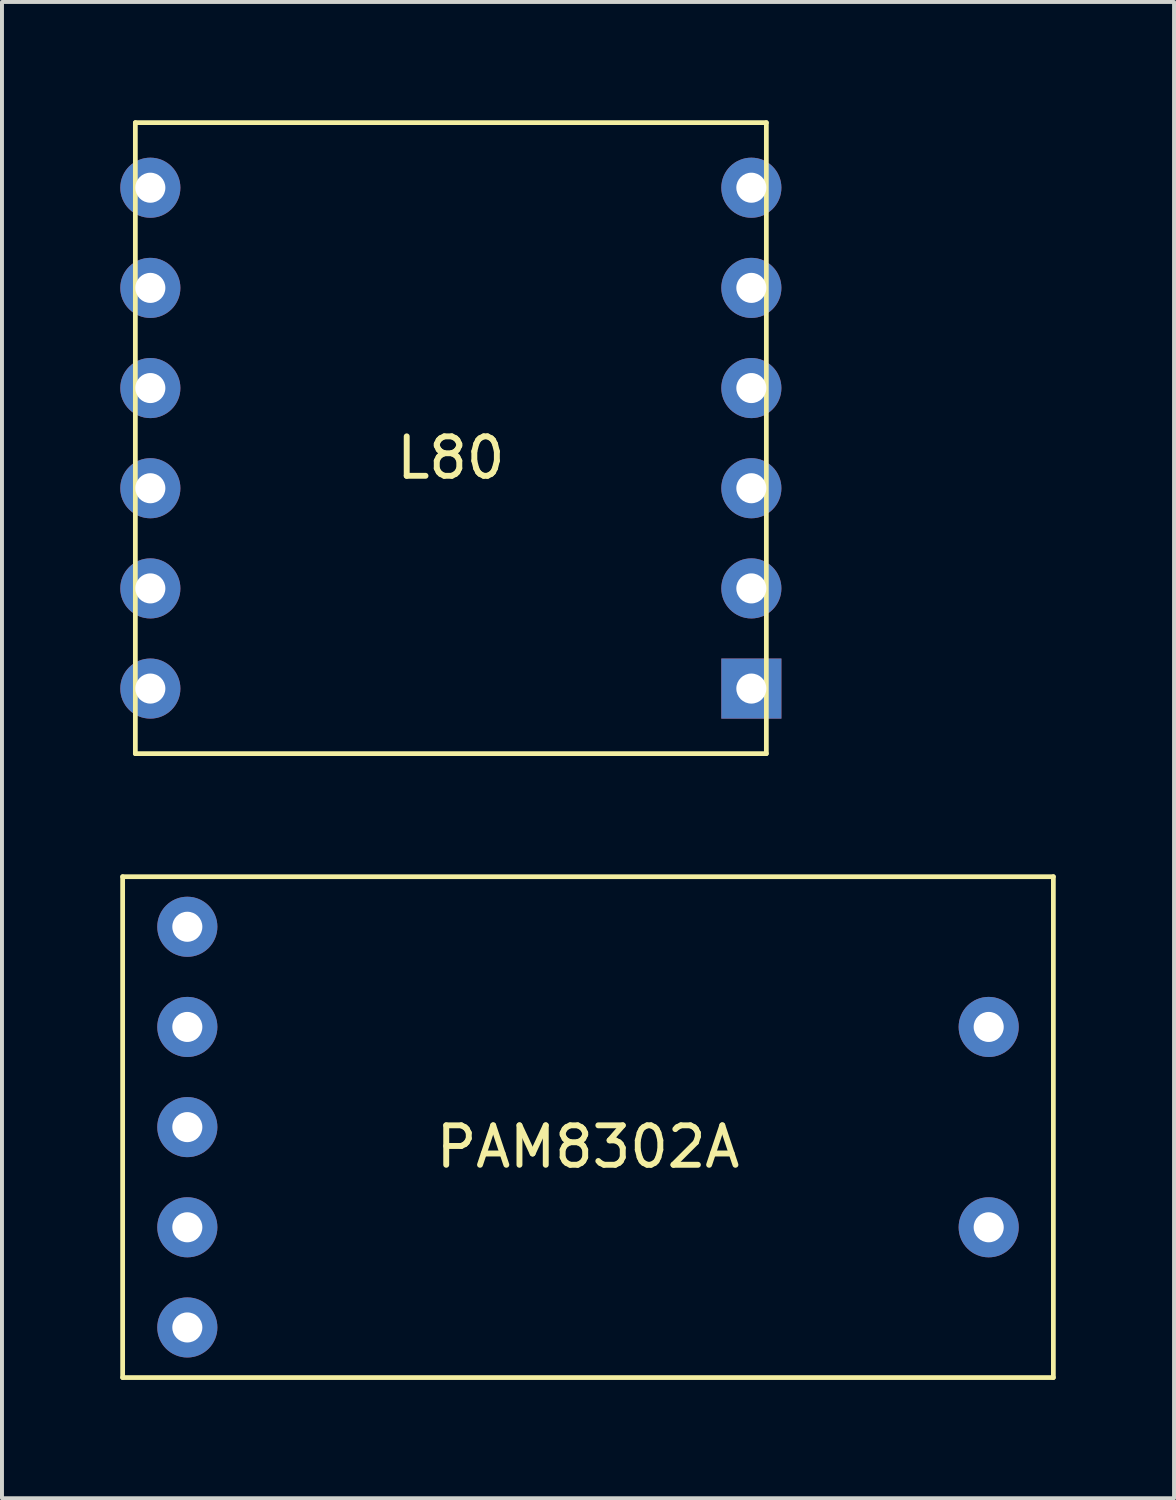
<source format=kicad_pcb>
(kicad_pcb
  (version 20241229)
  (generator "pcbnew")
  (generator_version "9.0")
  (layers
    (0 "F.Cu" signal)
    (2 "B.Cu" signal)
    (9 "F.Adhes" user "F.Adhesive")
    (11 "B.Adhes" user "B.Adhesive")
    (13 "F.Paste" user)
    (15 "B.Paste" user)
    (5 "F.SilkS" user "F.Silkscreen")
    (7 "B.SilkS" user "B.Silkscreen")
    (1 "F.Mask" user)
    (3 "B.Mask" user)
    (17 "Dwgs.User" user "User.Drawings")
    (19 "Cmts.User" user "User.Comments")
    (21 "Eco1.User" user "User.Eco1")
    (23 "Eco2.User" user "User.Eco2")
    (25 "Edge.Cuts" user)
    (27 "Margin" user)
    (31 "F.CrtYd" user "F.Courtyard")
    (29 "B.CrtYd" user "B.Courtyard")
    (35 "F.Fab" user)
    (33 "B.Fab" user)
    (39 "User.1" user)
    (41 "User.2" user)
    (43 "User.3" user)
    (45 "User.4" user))
  (footprint "L80"
    (layer "F.Cu")
    (at 8.382 8.06)
    (property "Reference" "L80" (at 0 0.5 0) (layer "F.SilkS") (effects (font (size 1 1) (thickness 0.15))))
    (attr through_hole)
    (fp_line (start -8 -8) (end 8 -8) (stroke (width 0.12) (type solid)) (layer "F.SilkS"))
    (fp_line (start -8 8) (end -8 -8) (stroke (width 0.12) (type solid)) (layer "F.SilkS"))
    (fp_line (start 8 -8) (end 8 8) (stroke (width 0.12) (type solid)) (layer "F.SilkS"))
    (fp_line (start 8 8) (end -8 8) (stroke (width 0.12) (type solid)) (layer "F.SilkS"))
    (pad "1" thru_hole rect (at 7.62 6.35) (size 1.524 1.524) (drill 0.762) (layers "*.Cu" "*.Mask"))
    (pad "2" thru_hole circle (at 7.62 3.81) (size 1.524 1.524) (drill 0.762) (layers "*.Cu" "*.Mask"))
    (pad "3" thru_hole circle (at 7.62 1.27) (size 1.524 1.524) (drill 0.762) (layers "*.Cu" "*.Mask"))
    (pad "4" thru_hole circle (at 7.62 -1.27) (size 1.524 1.524) (drill 0.762) (layers "*.Cu" "*.Mask"))
    (pad "5" thru_hole circle (at 7.62 -3.81) (size 1.524 1.524) (drill 0.762) (layers "*.Cu" "*.Mask"))
    (pad "6" thru_hole circle (at 7.62 -6.35) (size 1.524 1.524) (drill 0.762) (layers "*.Cu" "*.Mask"))
    (pad "7" thru_hole circle (at -7.62 -6.35) (size 1.524 1.524) (drill 0.762) (layers "*.Cu" "*.Mask"))
    (pad "8" thru_hole circle (at -7.62 -3.81) (size 1.524 1.524) (drill 0.762) (layers "*.Cu" "*.Mask"))
    (pad "9" thru_hole circle (at -7.62 -1.27) (size 1.524 1.524) (drill 0.762) (layers "*.Cu" "*.Mask"))
    (pad "10" thru_hole circle (at -7.62 1.27) (size 1.524 1.524) (drill 0.762) (layers "*.Cu" "*.Mask"))
    (pad "11" thru_hole circle (at -7.62 3.81) (size 1.524 1.524) (drill 0.762) (layers "*.Cu" "*.Mask"))
    (pad "12" thru_hole circle (at -7.62 6.35) (size 1.524 1.524) (drill 0.762) (layers "*.Cu" "*.Mask")))
  (footprint "PAM8302A"
    (layer "F.Cu")
    (at 11.86 25.53)
    (property "Reference" "PAM8302A" (at 0 0.5 0) (layer "F.SilkS") (effects (font (size 1 1) (thickness 0.15))))
    (attr through_hole)
    (fp_line (start -11.8 -6.35) (end 11.8 -6.35) (stroke (width 0.12) (type solid)) (layer "F.SilkS"))
    (fp_line (start -11.8 6.35) (end -11.8 -6.35) (stroke (width 0.12) (type solid)) (layer "F.SilkS"))
    (fp_line (start 11.8 -6.35) (end 11.8 6.35) (stroke (width 0.12) (type solid)) (layer "F.SilkS"))
    (fp_line (start 11.8 6.35) (end -11.8 6.35) (stroke (width 0.12) (type solid)) (layer "F.SilkS"))
    (pad "1" thru_hole circle (at -10.16 -5.08) (size 1.524 1.524) (drill 0.762) (layers "*.Cu" "*.Mask"))
    (pad "2" thru_hole circle (at -10.16 -2.54) (size 1.524 1.524) (drill 0.762) (layers "*.Cu" "*.Mask"))
    (pad "3" thru_hole circle (at -10.16 0) (size 1.524 1.524) (drill 0.762) (layers "*.Cu" "*.Mask"))
    (pad "4" thru_hole circle (at -10.16 2.54) (size 1.524 1.524) (drill 0.762) (layers "*.Cu" "*.Mask"))
    (pad "5" thru_hole circle (at -10.16 5.08) (size 1.524 1.524) (drill 0.762) (layers "*.Cu" "*.Mask"))
    (pad "6" thru_hole circle (at 10.16 2.54) (size 1.524 1.524) (drill 0.762) (layers "*.Cu" "*.Mask"))
    (pad "7" thru_hole circle (at 10.16 -2.54) (size 1.524 1.524) (drill 0.762) (layers "*.Cu" "*.Mask")))
  (gr_rect
    (start -3 -3)
    (end 26.72 34.94)
    (stroke (width 0.1) (type default))
    (fill no)
    (layer "Edge.Cuts")))
</source>
